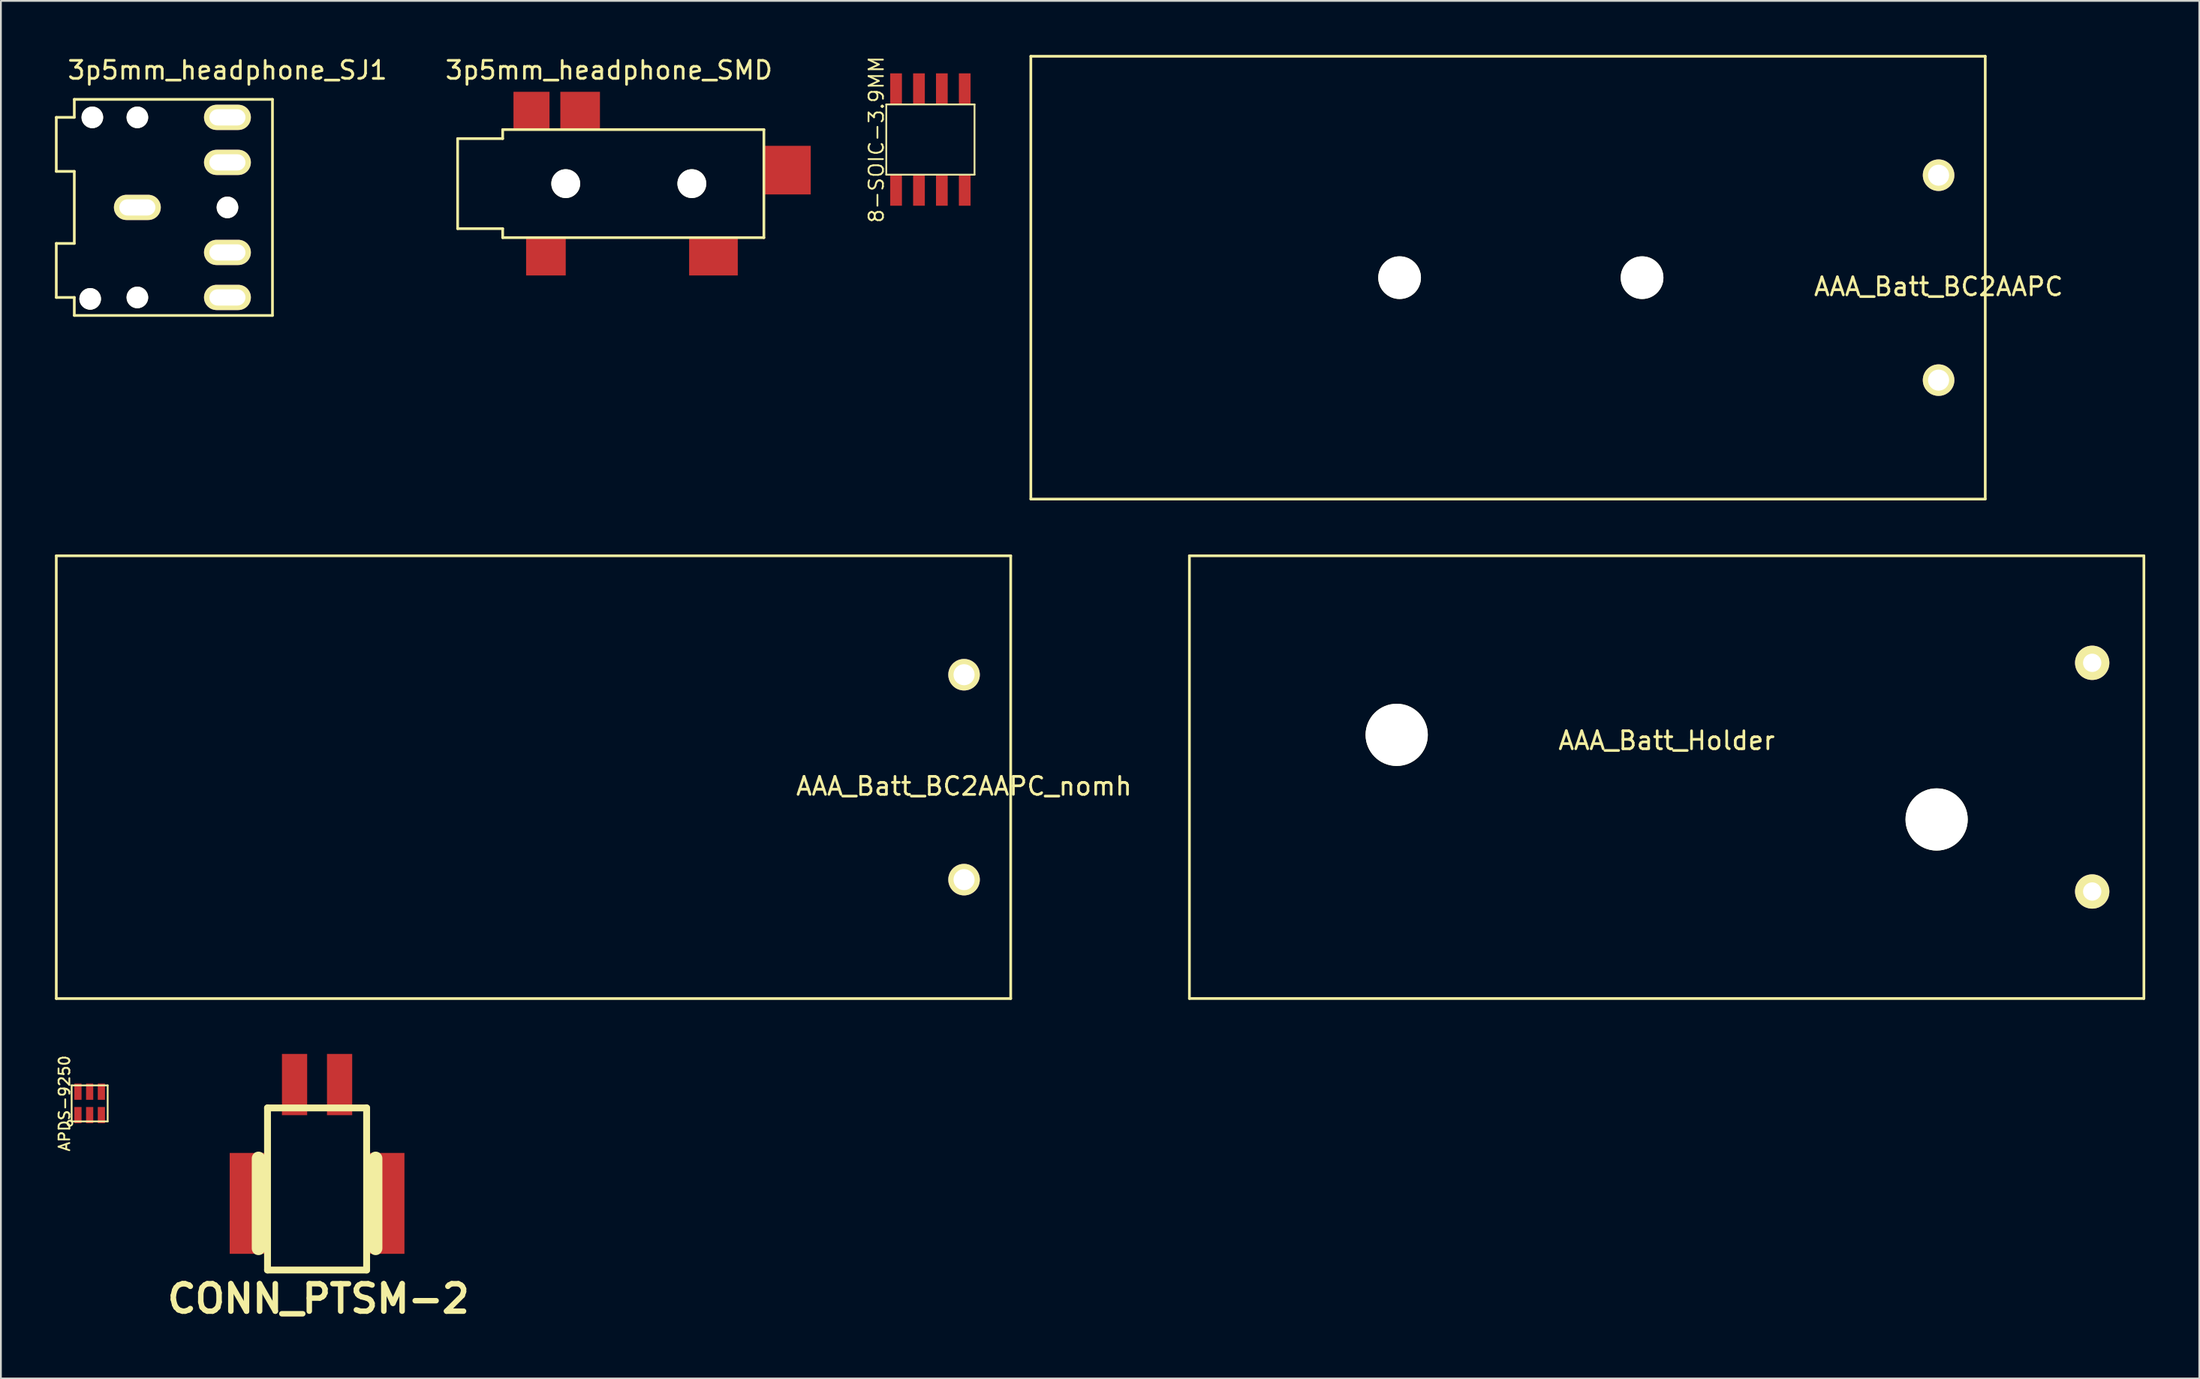
<source format=kicad_pcb>
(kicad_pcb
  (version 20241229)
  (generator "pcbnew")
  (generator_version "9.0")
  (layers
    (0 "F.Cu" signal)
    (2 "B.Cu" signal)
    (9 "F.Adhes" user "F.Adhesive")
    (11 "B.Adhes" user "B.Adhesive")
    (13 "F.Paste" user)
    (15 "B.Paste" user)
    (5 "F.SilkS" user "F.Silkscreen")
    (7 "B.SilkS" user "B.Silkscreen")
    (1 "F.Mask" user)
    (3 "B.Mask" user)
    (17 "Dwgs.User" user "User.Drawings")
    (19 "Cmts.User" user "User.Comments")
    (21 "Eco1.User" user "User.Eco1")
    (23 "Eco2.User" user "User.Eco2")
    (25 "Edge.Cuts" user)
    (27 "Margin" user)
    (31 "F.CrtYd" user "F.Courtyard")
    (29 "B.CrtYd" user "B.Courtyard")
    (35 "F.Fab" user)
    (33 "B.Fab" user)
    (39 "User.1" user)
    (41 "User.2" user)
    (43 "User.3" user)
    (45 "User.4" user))
  (footprint "3p5mm_headphone_SJ1"
    (layer "F.Cu")
    (at 9.575 8.468)
    (property "Reference" "3p5mm_headphone_SJ1" (at 0 -7.62 0) (layer "F.SilkS") (effects (font (size 1 1) (thickness 0.15))))
    (attr through_hole)
    (fp_line (start -9.5 -5) (end -9.5 -2) (stroke (width 0.15) (type solid)) (layer "F.SilkS"))
    (fp_line (start -9.5 -2) (end -8.5 -2) (stroke (width 0.15) (type solid)) (layer "F.SilkS"))
    (fp_line (start -9.5 2) (end -9.5 5) (stroke (width 0.15) (type solid)) (layer "F.SilkS"))
    (fp_line (start -9.5 5) (end -8.5 5) (stroke (width 0.15) (type solid)) (layer "F.SilkS"))
    (fp_line (start -8.5 -6) (end -8.5 -5) (stroke (width 0.15) (type solid)) (layer "F.SilkS"))
    (fp_line (start -8.5 -5) (end -9.5 -5) (stroke (width 0.15) (type solid)) (layer "F.SilkS"))
    (fp_line (start -8.5 -2) (end -8.5 2) (stroke (width 0.15) (type solid)) (layer "F.SilkS"))
    (fp_line (start -8.5 2) (end -9.5 2) (stroke (width 0.15) (type solid)) (layer "F.SilkS"))
    (fp_line (start -8.5 5) (end -8.5 6) (stroke (width 0.15) (type solid)) (layer "F.SilkS"))
    (fp_line (start -8.5 6) (end 2.5 6) (stroke (width 0.15) (type solid)) (layer "F.SilkS"))
    (fp_line (start 2.5 -6) (end -8.5 -6) (stroke (width 0.15) (type solid)) (layer "F.SilkS"))
    (fp_line (start 2.5 6) (end 2.5 -6) (stroke (width 0.15) (type solid)) (layer "F.SilkS"))
    (pad "" np_thru_hole circle (at -7.62 5.08) (size 1.2 1.2) (drill 1.2) (layers "*.Cu" "*.Mask" "F.SilkS"))
    (pad "" np_thru_hole circle (at -7.5 -5) (size 1.2 1.2) (drill 1.2) (layers "*.Cu" "*.Mask" "F.SilkS"))
    (pad "" np_thru_hole circle (at -5 -5) (size 1.2 1.2) (drill 1.2) (layers "*.Cu" "*.Mask" "F.SilkS"))
    (pad "" np_thru_hole circle (at -5 5) (size 1.2 1.2) (drill 1.2) (layers "*.Cu" "*.Mask" "F.SilkS"))
    (pad "" np_thru_hole circle (at 0 0) (size 1.2 1.2) (drill 1.2) (layers "*.Cu" "*.Mask" "F.SilkS"))
    (pad "1" thru_hole oval (at -5 0) (size 2.6 1.4) (drill oval 2 0.9) (layers "*.Cu" "*.Mask" "F.SilkS"))
    (pad "2" thru_hole oval (at 0 5) (size 2.6 1.4) (drill oval 2 0.9) (layers "*.Cu" "*.Mask" "F.SilkS"))
    (pad "3" thru_hole oval (at 0 -5) (size 2.6 1.4) (drill oval 2 0.9) (layers "*.Cu" "*.Mask" "F.SilkS"))
    (pad "4" thru_hole oval (at 0 2.5) (size 2.6 1.4) (drill oval 2 0.9) (layers "*.Cu" "*.Mask" "F.SilkS"))
    (pad "5" thru_hole oval (at 0 -2.5) (size 2.6 1.4) (drill oval 2 0.9) (layers "*.Cu" "*.Mask" "F.SilkS")))
  (footprint "8-SOIC-3.9MM"
    (layer "F.Cu")
    (at 48.597 4.699)
    (property "Reference" "8-SOIC-3.9MM" (at -3 0 90) (layer "F.SilkS") (effects (font (size 0.8 0.8) (thickness 0.1))))
    (attr through_hole)
    (fp_line (start -2.45 -1.95) (end 2.45 -1.95) (stroke (width 0.1) (type solid)) (layer "F.SilkS"))
    (fp_line (start -2.45 1.95) (end -2.45 -1.95) (stroke (width 0.1) (type solid)) (layer "F.SilkS"))
    (fp_line (start 2.45 -1.95) (end 2.45 1.95) (stroke (width 0.1) (type solid)) (layer "F.SilkS"))
    (fp_line (start 2.45 1.95) (end -2.45 1.95) (stroke (width 0.1) (type solid)) (layer "F.SilkS"))
    (fp_line (start -2.45 -1.95) (end 2.45 -1.95) (stroke (width 0.01) (type solid)) (layer "F.Fab"))
    (fp_line (start -2.45 1.95) (end -2.45 -1.95) (stroke (width 0.01) (type solid)) (layer "F.Fab"))
    (fp_line (start 2.45 -1.95) (end 2.45 1.95) (stroke (width 0.01) (type solid)) (layer "F.Fab"))
    (fp_line (start 2.45 1.95) (end -2.45 1.95) (stroke (width 0.01) (type solid)) (layer "F.Fab"))
    (pad "1" smd rect (at -1.905 2.8) (size 0.65 1.75) (layers "F.Cu" "F.Mask" "F.Paste"))
    (pad "2" smd rect (at -0.635 2.8) (size 0.65 1.75) (layers "F.Cu" "F.Mask" "F.Paste"))
    (pad "3" smd rect (at 0.635 2.8) (size 0.65 1.75) (layers "F.Cu" "F.Mask" "F.Paste"))
    (pad "4" smd rect (at 1.905 2.8) (size 0.65 1.75) (layers "F.Cu" "F.Mask" "F.Paste"))
    (pad "5" smd rect (at 1.905 -2.8) (size 0.65 1.75) (layers "F.Cu" "F.Mask" "F.Paste"))
    (pad "6" smd rect (at 0.635 -2.8) (size 0.65 1.75) (layers "F.Cu" "F.Mask" "F.Paste"))
    (pad "7" smd rect (at -0.635 -2.8) (size 0.65 1.75) (layers "F.Cu" "F.Mask" "F.Paste"))
    (pad "8" smd rect (at -1.905 -2.8) (size 0.65 1.75) (layers "F.Cu" "F.Mask" "F.Paste")))
  (footprint "CONN_PTSM-2"
    (layer "F.Cu")
    (at 14.551 63.779)
    (property "Reference" "CONN_PTSM-2" (at 0.076 5.296 0) (layer "F.SilkS") (effects (font (size 1.524 1.524) (thickness 0.305))))
    (attr through_hole)
    (fp_line (start -3.251 -2.499) (end -3.251 2.499) (stroke (width 0.749) (type solid)) (layer "F.SilkS"))
    (fp_line (start -2.751 -5.301) (end -2.751 3.701) (stroke (width 0.381) (type solid)) (layer "F.SilkS"))
    (fp_line (start -2.751 -5.301) (end 2.751 -5.301) (stroke (width 0.381) (type solid)) (layer "F.SilkS"))
    (fp_line (start 2.751 -5.301) (end 2.751 3.701) (stroke (width 0.381) (type solid)) (layer "F.SilkS"))
    (fp_line (start 2.751 3.701) (end -2.751 3.701) (stroke (width 0.381) (type solid)) (layer "F.SilkS"))
    (fp_line (start 3.251 -2.499) (end 3.251 2.499) (stroke (width 0.749) (type solid)) (layer "F.SilkS"))
    (pad "" smd rect (at -3.851 0) (size 1.999 5.601) (layers "F.Cu" "F.Mask" "F.Paste"))
    (pad "" smd rect (at 3.851 0) (size 1.999 5.601) (layers "F.Cu" "F.Mask" "F.Paste"))
    (pad "1" smd rect (at 1.25 -6.599) (size 1.4 3.401) (layers "F.Cu" "F.Mask" "F.Paste"))
    (pad "2" smd rect (at -1.25 -6.599) (size 1.4 3.401) (layers "F.Cu" "F.Mask" "F.Paste")))
  (footprint "APDS-9250"
    (layer "F.Cu")
    (at 1.927 58.227)
    (property "Reference" "APDS-9250" (at -1.4 0 90) (layer "F.SilkS") (effects (font (size 0.6 0.6) (thickness 0.1))))
    (attr through_hole)
    (fp_line (start -1 -1) (end -1 1) (stroke (width 0.1) (type solid)) (layer "F.SilkS"))
    (fp_line (start -1 1) (end 1 1) (stroke (width 0.1) (type solid)) (layer "F.SilkS"))
    (fp_line (start 1 -1) (end -1 -1) (stroke (width 0.1) (type solid)) (layer "F.SilkS"))
    (fp_line (start 1 1) (end 1 -1) (stroke (width 0.1) (type solid)) (layer "F.SilkS"))
    (fp_circle (center -1.1 1.1) (end -1 1.2) (stroke (width 0.1) (type solid)) (fill no) (layer "F.SilkS"))
    (pad "1" smd rect (at -0.65 0.65) (size 0.4 0.9) (layers "F.Cu" "F.Mask" "F.Paste"))
    (pad "2" smd rect (at 0 0.65) (size 0.4 0.9) (layers "F.Cu" "F.Mask" "F.Paste"))
    (pad "3" smd rect (at 0.65 0.65) (size 0.4 0.9) (layers "F.Cu" "F.Mask" "F.Paste"))
    (pad "4" smd rect (at 0.65 -0.65) (size 0.4 0.9) (layers "F.Cu" "F.Mask" "F.Paste"))
    (pad "5" smd rect (at 0 -0.65) (size 0.4 0.9) (layers "F.Cu" "F.Mask" "F.Paste"))
    (pad "6" smd rect (at -0.65 -0.65) (size 0.4 0.9) (layers "F.Cu" "F.Mask" "F.Paste")))
  (footprint "AAA_Batt_BC2AAPC_nomh"
    (layer "F.Cu")
    (at 50.465 40.11)
    (property "Reference" "AAA_Batt_BC2AAPC_nomh" (at 0 0.5 0) (layer "F.SilkS") (effects (font (size 1 1) (thickness 0.15))))
    (attr through_hole)
    (fp_line (start -50.39 -12.295) (end 2.59 -12.295) (stroke (width 0.15) (type solid)) (layer "F.SilkS"))
    (fp_line (start -50.39 12.295) (end -50.39 -12.295) (stroke (width 0.15) (type solid)) (layer "F.SilkS"))
    (fp_line (start 2.59 12.295) (end -50.39 12.295) (stroke (width 0.15) (type solid)) (layer "F.SilkS"))
    (fp_line (start 2.59 12.295) (end 2.59 -12.295) (stroke (width 0.15) (type solid)) (layer "F.SilkS"))
    (pad "1" thru_hole circle (at 0 5.69) (size 1.75 1.75) (drill 1.17) (layers "*.Cu" "*.Mask" "F.SilkS"))
    (pad "2" thru_hole circle (at 0 -5.69) (size 1.75 1.75) (drill 1.17) (layers "*.Cu" "*.Mask" "F.SilkS")))
  (footprint "AAA_Batt_BC2AAPC"
    (layer "F.Cu")
    (at 104.562 12.37)
    (property "Reference" "AAA_Batt_BC2AAPC" (at 0 0.5 0) (layer "F.SilkS") (effects (font (size 1 1) (thickness 0.15))))
    (attr through_hole)
    (fp_line (start -50.39 -12.295) (end 2.59 -12.295) (stroke (width 0.15) (type solid)) (layer "F.SilkS"))
    (fp_line (start -50.39 12.295) (end -50.39 -12.295) (stroke (width 0.15) (type solid)) (layer "F.SilkS"))
    (fp_line (start 2.59 12.295) (end -50.39 12.295) (stroke (width 0.15) (type solid)) (layer "F.SilkS"))
    (fp_line (start 2.59 12.295) (end 2.59 -12.295) (stroke (width 0.15) (type solid)) (layer "F.SilkS"))
    (pad "" np_thru_hole circle (at -29.92 0) (size 2.37 2.37) (drill 2.37) (layers "*.Cu" "F.SilkS"))
    (pad "" np_thru_hole circle (at -16.46 0) (size 2.37 2.37) (drill 2.37) (layers "*.Cu" "F.SilkS"))
    (pad "1" thru_hole circle (at 0 5.69) (size 1.75 1.75) (drill 1.17) (layers "*.Cu" "*.Mask" "F.SilkS"))
    (pad "2" thru_hole circle (at 0 -5.69) (size 1.75 1.75) (drill 1.17) (layers "*.Cu" "*.Mask" "F.SilkS")))
  (footprint "AAA_Batt_Holder"
    (layer "F.Cu")
    (at 89.467 40.109)
    (property "Reference" "AAA_Batt_Holder" (at 0 -2.032 0) (layer "F.SilkS") (effects (font (size 1 1) (thickness 0.15))))
    (attr through_hole)
    (fp_line (start -26.492 -12.294) (end 26.492 -12.294) (stroke (width 0.15) (type solid)) (layer "F.SilkS"))
    (fp_line (start -26.492 12.294) (end -26.492 -12.294) (stroke (width 0.15) (type solid)) (layer "F.SilkS"))
    (fp_line (start 26.492 -12.294) (end 26.492 12.294) (stroke (width 0.15) (type solid)) (layer "F.SilkS"))
    (fp_line (start 26.492 12.294) (end -26.492 12.294) (stroke (width 0.15) (type solid)) (layer "F.SilkS"))
    (pad "" np_thru_hole circle (at -14.986 -2.349) (size 3.454 3.454) (drill 3.454) (layers "*.Cu" "*.Mask" "F.SilkS"))
    (pad "" np_thru_hole circle (at 14.986 2.349) (size 3.454 3.454) (drill 3.454) (layers "*.Cu" "*.Mask" "F.SilkS"))
    (pad "1" thru_hole circle (at 23.622 6.35) (size 1.905 1.905) (drill 1.016) (layers "*.Cu" "*.Mask" "F.SilkS"))
    (pad "2" thru_hole circle (at 23.622 -6.35) (size 1.905 1.905) (drill 1.016) (layers "*.Cu" "*.Mask" "F.SilkS")))
  (footprint "3p5mm_headphone_SMD"
    (layer "F.Cu")
    (at 24.854 7.148)
    (property "Reference" "3p5mm_headphone_SMD" (at 5.9 -6.3 0) (layer "F.SilkS") (effects (font (size 1 1) (thickness 0.15))))
    (attr through_hole)
    (fp_line (start -2.5 -2.5) (end 0 -2.5) (stroke (width 0.15) (type solid)) (layer "F.SilkS"))
    (fp_line (start -2.5 2.5) (end -2.5 -2.5) (stroke (width 0.15) (type solid)) (layer "F.SilkS"))
    (fp_line (start 0 -3) (end 14.5 -3) (stroke (width 0.15) (type solid)) (layer "F.SilkS"))
    (fp_line (start 0 -2.5) (end 0 -3) (stroke (width 0.15) (type solid)) (layer "F.SilkS"))
    (fp_line (start 0 2.5) (end -2.5 2.5) (stroke (width 0.15) (type solid)) (layer "F.SilkS"))
    (fp_line (start 0 3) (end 0 2.5) (stroke (width 0.15) (type solid)) (layer "F.SilkS"))
    (fp_line (start 14.5 -3) (end 14.5 3) (stroke (width 0.15) (type solid)) (layer "F.SilkS"))
    (fp_line (start 14.5 3) (end 0 3) (stroke (width 0.15) (type solid)) (layer "F.SilkS"))
    (pad "" np_thru_hole circle (at 3.5 0) (size 1.6 1.6) (drill 1.6) (layers "*.Cu" "*.Mask" "F.SilkS"))
    (pad "" np_thru_hole circle (at 10.5 0) (size 1.6 1.6) (drill 1.6) (layers "*.Cu" "*.Mask" "F.SilkS"))
    (pad "1" smd rect (at 2.4 4.05) (size 2.2 2.1) (layers "F.Cu" "F.Mask" "F.Paste"))
    (pad "2" smd rect (at 4.3 -4.05) (size 2.2 2.1) (layers "F.Cu" "F.Mask" "F.Paste"))
    (pad "3" smd rect (at 11.7 4.05) (size 2.7 2.1) (layers "F.Cu" "F.Mask" "F.Paste"))
    (pad "4" smd rect (at 1.6 -4.05) (size 2 2.1) (layers "F.Cu" "F.Mask" "F.Paste"))
    (pad "5" smd rect (at 15.8 -0.75) (size 2.6 2.7) (layers "F.Cu" "F.Mask" "F.Paste")))
  (gr_rect
    (start -3 -3)
    (end 119.034 73.502)
    (stroke (width 0.1) (type default))
    (fill no)
    (layer "Edge.Cuts")))
</source>
